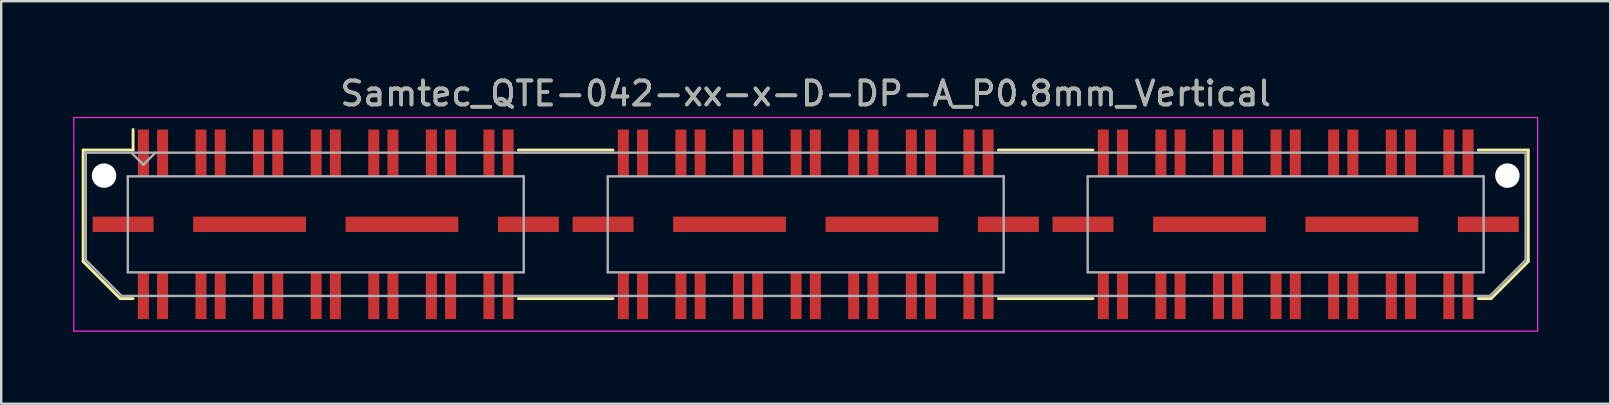
<source format=kicad_pcb>
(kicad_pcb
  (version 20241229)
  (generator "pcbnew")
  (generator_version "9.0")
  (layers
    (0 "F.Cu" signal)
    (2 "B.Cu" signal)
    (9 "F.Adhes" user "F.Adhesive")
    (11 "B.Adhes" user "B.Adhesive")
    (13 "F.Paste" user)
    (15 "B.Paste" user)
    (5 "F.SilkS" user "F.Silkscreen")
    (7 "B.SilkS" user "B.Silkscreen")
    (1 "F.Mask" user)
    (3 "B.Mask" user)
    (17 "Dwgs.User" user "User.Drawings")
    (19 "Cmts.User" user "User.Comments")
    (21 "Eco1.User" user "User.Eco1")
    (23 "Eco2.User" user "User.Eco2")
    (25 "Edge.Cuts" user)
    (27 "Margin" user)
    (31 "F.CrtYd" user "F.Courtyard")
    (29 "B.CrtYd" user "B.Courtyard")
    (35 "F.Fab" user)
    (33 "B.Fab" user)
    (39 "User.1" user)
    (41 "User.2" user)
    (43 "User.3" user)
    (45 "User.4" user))
  (footprint "Samtec_QTE-042-xx-x-D-DP-A_P0.8mm_Vertical"
    (layer "F.Cu")
    (at 30.525 6.298)
    (property "Reference" "Samtec_QTE-042-xx-x-D-DP-A_P0.8mm_Vertical" (at 0 -5.45 0) (layer "F.SilkS") (effects (font (size 1 1) (thickness 0.15))))
    (attr smd)
    (fp_line (start -30.11 -3.095) (end -30.11 1.548) (stroke (width 0.12) (type solid)) (layer "F.SilkS"))
    (fp_line (start -30.11 1.548) (end -28.562 3.095) (stroke (width 0.12) (type solid)) (layer "F.SilkS"))
    (fp_line (start -28.562 3.095) (end -28.03 3.095) (stroke (width 0.12) (type solid)) (layer "F.SilkS"))
    (fp_line (start -28.03 -3.95) (end -28.03 -3.095) (stroke (width 0.12) (type solid)) (layer "F.SilkS"))
    (fp_line (start -28.03 -3.095) (end -30.11 -3.095) (stroke (width 0.12) (type solid)) (layer "F.SilkS"))
    (fp_line (start -11.97 -3.095) (end -8.03 -3.095) (stroke (width 0.12) (type solid)) (layer "F.SilkS"))
    (fp_line (start -11.97 3.095) (end -8.03 3.095) (stroke (width 0.12) (type solid)) (layer "F.SilkS"))
    (fp_line (start 8.03 -3.095) (end 11.97 -3.095) (stroke (width 0.12) (type solid)) (layer "F.SilkS"))
    (fp_line (start 8.03 3.095) (end 11.97 3.095) (stroke (width 0.12) (type solid)) (layer "F.SilkS"))
    (fp_line (start 28.03 -3.095) (end 30.11 -3.095) (stroke (width 0.12) (type solid)) (layer "F.SilkS"))
    (fp_line (start 28.562 3.095) (end 28.03 3.095) (stroke (width 0.12) (type solid)) (layer "F.SilkS"))
    (fp_line (start 30.11 -3.095) (end 30.11 1.548) (stroke (width 0.12) (type solid)) (layer "F.SilkS"))
    (fp_line (start 30.11 1.548) (end 28.562 3.095) (stroke (width 0.12) (type solid)) (layer "F.SilkS"))
    (fp_line (start -30.5 -4.45) (end -30.5 4.45) (stroke (width 0.05) (type solid)) (layer "F.CrtYd"))
    (fp_line (start -30.5 4.45) (end 30.5 4.45) (stroke (width 0.05) (type solid)) (layer "F.CrtYd"))
    (fp_line (start 30.5 -4.45) (end -30.5 -4.45) (stroke (width 0.05) (type solid)) (layer "F.CrtYd"))
    (fp_line (start 30.5 4.45) (end 30.5 -4.45) (stroke (width 0.05) (type solid)) (layer "F.CrtYd"))
    (fp_line (start -30 -2.985) (end -30 1.492) (stroke (width 0.1) (type solid)) (layer "F.Fab"))
    (fp_line (start -30 -2.985) (end 30 -2.985) (stroke (width 0.1) (type solid)) (layer "F.Fab"))
    (fp_line (start -30 1.492) (end -28.508 2.985) (stroke (width 0.1) (type solid)) (layer "F.Fab"))
    (fp_line (start -28.508 2.985) (end 28.508 2.985) (stroke (width 0.1) (type solid)) (layer "F.Fab"))
    (fp_line (start -28.25 -2) (end -28.25 2) (stroke (width 0.1) (type solid)) (layer "F.Fab"))
    (fp_line (start -28.25 2) (end -11.75 2) (stroke (width 0.1) (type solid)) (layer "F.Fab"))
    (fp_line (start -27.6 -2.485) (end -28.1 -2.985) (stroke (width 0.1) (type solid)) (layer "F.Fab"))
    (fp_line (start -27.1 -2.985) (end -27.6 -2.485) (stroke (width 0.1) (type solid)) (layer "F.Fab"))
    (fp_line (start -11.75 -2) (end -28.25 -2) (stroke (width 0.1) (type solid)) (layer "F.Fab"))
    (fp_line (start -11.75 2) (end -11.75 -2) (stroke (width 0.1) (type solid)) (layer "F.Fab"))
    (fp_line (start -8.25 -2) (end -8.25 2) (stroke (width 0.1) (type solid)) (layer "F.Fab"))
    (fp_line (start -8.25 2) (end 8.25 2) (stroke (width 0.1) (type solid)) (layer "F.Fab"))
    (fp_line (start 8.25 -2) (end -8.25 -2) (stroke (width 0.1) (type solid)) (layer "F.Fab"))
    (fp_line (start 8.25 2) (end 8.25 -2) (stroke (width 0.1) (type solid)) (layer "F.Fab"))
    (fp_line (start 11.75 -2) (end 11.75 2) (stroke (width 0.1) (type solid)) (layer "F.Fab"))
    (fp_line (start 11.75 2) (end 28.25 2) (stroke (width 0.1) (type solid)) (layer "F.Fab"))
    (fp_line (start 28.25 -2) (end 11.75 -2) (stroke (width 0.1) (type solid)) (layer "F.Fab"))
    (fp_line (start 28.25 2) (end 28.25 -2) (stroke (width 0.1) (type solid)) (layer "F.Fab"))
    (fp_line (start 30 -2.985) (end 30 1.492) (stroke (width 0.1) (type solid)) (layer "F.Fab"))
    (fp_line (start 30 1.492) (end 28.508 2.985) (stroke (width 0.1) (type solid)) (layer "F.Fab"))
    (fp_text user "${REFERENCE}" (at 0 -5.45 0) (layer "F.Fab") (effects (font (size 1 1) (thickness 0.15))))
    (pad "" np_thru_hole circle (at -29.24 -2.03) (size 1.02 1.02) (drill 1.02) (layers "*.Cu" "*.Mask"))
    (pad "" np_thru_hole circle (at 29.24 -2.03) (size 1.02 1.02) (drill 1.02) (layers "*.Cu" "*.Mask"))
    (pad "1" smd rect (at -27.6 -2.98) (size 0.46 1.94) (layers "F.Cu" "F.Mask" "F.Paste"))
    (pad "2" smd rect (at -27.6 2.98) (size 0.46 1.94) (layers "F.Cu" "F.Mask" "F.Paste"))
    (pad "3" smd rect (at -26.8 -2.98) (size 0.46 1.94) (layers "F.Cu" "F.Mask" "F.Paste"))
    (pad "4" smd rect (at -26.8 2.98) (size 0.46 1.94) (layers "F.Cu" "F.Mask" "F.Paste"))
    (pad "5" smd rect (at -25.2 -2.98) (size 0.46 1.94) (layers "F.Cu" "F.Mask" "F.Paste"))
    (pad "6" smd rect (at -25.2 2.98) (size 0.46 1.94) (layers "F.Cu" "F.Mask" "F.Paste"))
    (pad "7" smd rect (at -24.4 -2.98) (size 0.46 1.94) (layers "F.Cu" "F.Mask" "F.Paste"))
    (pad "8" smd rect (at -24.4 2.98) (size 0.46 1.94) (layers "F.Cu" "F.Mask" "F.Paste"))
    (pad "9" smd rect (at -22.8 -2.98) (size 0.46 1.94) (layers "F.Cu" "F.Mask" "F.Paste"))
    (pad "10" smd rect (at -22.8 2.98) (size 0.46 1.94) (layers "F.Cu" "F.Mask" "F.Paste"))
    (pad "11" smd rect (at -22 -2.98) (size 0.46 1.94) (layers "F.Cu" "F.Mask" "F.Paste"))
    (pad "12" smd rect (at -22 2.98) (size 0.46 1.94) (layers "F.Cu" "F.Mask" "F.Paste"))
    (pad "13" smd rect (at -20.4 -2.98) (size 0.46 1.94) (layers "F.Cu" "F.Mask" "F.Paste"))
    (pad "14" smd rect (at -20.4 2.98) (size 0.46 1.94) (layers "F.Cu" "F.Mask" "F.Paste"))
    (pad "15" smd rect (at -19.6 -2.98) (size 0.46 1.94) (layers "F.Cu" "F.Mask" "F.Paste"))
    (pad "16" smd rect (at -19.6 2.98) (size 0.46 1.94) (layers "F.Cu" "F.Mask" "F.Paste"))
    (pad "17" smd rect (at -18 -2.98) (size 0.46 1.94) (layers "F.Cu" "F.Mask" "F.Paste"))
    (pad "18" smd rect (at -18 2.98) (size 0.46 1.94) (layers "F.Cu" "F.Mask" "F.Paste"))
    (pad "19" smd rect (at -17.2 -2.98) (size 0.46 1.94) (layers "F.Cu" "F.Mask" "F.Paste"))
    (pad "20" smd rect (at -17.2 2.98) (size 0.46 1.94) (layers "F.Cu" "F.Mask" "F.Paste"))
    (pad "21" smd rect (at -15.6 -2.98) (size 0.46 1.94) (layers "F.Cu" "F.Mask" "F.Paste"))
    (pad "22" smd rect (at -15.6 2.98) (size 0.46 1.94) (layers "F.Cu" "F.Mask" "F.Paste"))
    (pad "23" smd rect (at -14.8 -2.98) (size 0.46 1.94) (layers "F.Cu" "F.Mask" "F.Paste"))
    (pad "24" smd rect (at -14.8 2.98) (size 0.46 1.94) (layers "F.Cu" "F.Mask" "F.Paste"))
    (pad "25" smd rect (at -13.2 -2.98) (size 0.46 1.94) (layers "F.Cu" "F.Mask" "F.Paste"))
    (pad "26" smd rect (at -13.2 2.98) (size 0.46 1.94) (layers "F.Cu" "F.Mask" "F.Paste"))
    (pad "27" smd rect (at -12.4 -2.98) (size 0.46 1.94) (layers "F.Cu" "F.Mask" "F.Paste"))
    (pad "28" smd rect (at -12.4 2.98) (size 0.46 1.94) (layers "F.Cu" "F.Mask" "F.Paste"))
    (pad "29" smd rect (at -7.6 -2.98) (size 0.46 1.94) (layers "F.Cu" "F.Mask" "F.Paste"))
    (pad "30" smd rect (at -7.6 2.98) (size 0.46 1.94) (layers "F.Cu" "F.Mask" "F.Paste"))
    (pad "31" smd rect (at -6.8 -2.98) (size 0.46 1.94) (layers "F.Cu" "F.Mask" "F.Paste"))
    (pad "32" smd rect (at -6.8 2.98) (size 0.46 1.94) (layers "F.Cu" "F.Mask" "F.Paste"))
    (pad "33" smd rect (at -5.2 -2.98) (size 0.46 1.94) (layers "F.Cu" "F.Mask" "F.Paste"))
    (pad "34" smd rect (at -5.2 2.98) (size 0.46 1.94) (layers "F.Cu" "F.Mask" "F.Paste"))
    (pad "35" smd rect (at -4.4 -2.98) (size 0.46 1.94) (layers "F.Cu" "F.Mask" "F.Paste"))
    (pad "36" smd rect (at -4.4 2.98) (size 0.46 1.94) (layers "F.Cu" "F.Mask" "F.Paste"))
    (pad "37" smd rect (at -2.8 -2.98) (size 0.46 1.94) (layers "F.Cu" "F.Mask" "F.Paste"))
    (pad "38" smd rect (at -2.8 2.98) (size 0.46 1.94) (layers "F.Cu" "F.Mask" "F.Paste"))
    (pad "39" smd rect (at -2 -2.98) (size 0.46 1.94) (layers "F.Cu" "F.Mask" "F.Paste"))
    (pad "40" smd rect (at -2 2.98) (size 0.46 1.94) (layers "F.Cu" "F.Mask" "F.Paste"))
    (pad "41" smd rect (at -0.4 -2.98) (size 0.46 1.94) (layers "F.Cu" "F.Mask" "F.Paste"))
    (pad "42" smd rect (at -0.4 2.98) (size 0.46 1.94) (layers "F.Cu" "F.Mask" "F.Paste"))
    (pad "43" smd rect (at 0.4 -2.98) (size 0.46 1.94) (layers "F.Cu" "F.Mask" "F.Paste"))
    (pad "44" smd rect (at 0.4 2.98) (size 0.46 1.94) (layers "F.Cu" "F.Mask" "F.Paste"))
    (pad "45" smd rect (at 2 -2.98) (size 0.46 1.94) (layers "F.Cu" "F.Mask" "F.Paste"))
    (pad "46" smd rect (at 2 2.98) (size 0.46 1.94) (layers "F.Cu" "F.Mask" "F.Paste"))
    (pad "47" smd rect (at 2.8 -2.98) (size 0.46 1.94) (layers "F.Cu" "F.Mask" "F.Paste"))
    (pad "48" smd rect (at 2.8 2.98) (size 0.46 1.94) (layers "F.Cu" "F.Mask" "F.Paste"))
    (pad "49" smd rect (at 4.4 -2.98) (size 0.46 1.94) (layers "F.Cu" "F.Mask" "F.Paste"))
    (pad "50" smd rect (at 4.4 2.98) (size 0.46 1.94) (layers "F.Cu" "F.Mask" "F.Paste"))
    (pad "51" smd rect (at 5.2 -2.98) (size 0.46 1.94) (layers "F.Cu" "F.Mask" "F.Paste"))
    (pad "52" smd rect (at 5.2 2.98) (size 0.46 1.94) (layers "F.Cu" "F.Mask" "F.Paste"))
    (pad "53" smd rect (at 6.8 -2.98) (size 0.46 1.94) (layers "F.Cu" "F.Mask" "F.Paste"))
    (pad "54" smd rect (at 6.8 2.98) (size 0.46 1.94) (layers "F.Cu" "F.Mask" "F.Paste"))
    (pad "55" smd rect (at 7.6 -2.98) (size 0.46 1.94) (layers "F.Cu" "F.Mask" "F.Paste"))
    (pad "56" smd rect (at 7.6 2.98) (size 0.46 1.94) (layers "F.Cu" "F.Mask" "F.Paste"))
    (pad "57" smd rect (at 12.4 -2.98) (size 0.46 1.94) (layers "F.Cu" "F.Mask" "F.Paste"))
    (pad "58" smd rect (at 12.4 2.98) (size 0.46 1.94) (layers "F.Cu" "F.Mask" "F.Paste"))
    (pad "59" smd rect (at 13.2 -2.98) (size 0.46 1.94) (layers "F.Cu" "F.Mask" "F.Paste"))
    (pad "60" smd rect (at 13.2 2.98) (size 0.46 1.94) (layers "F.Cu" "F.Mask" "F.Paste"))
    (pad "61" smd rect (at 14.8 -2.98) (size 0.46 1.94) (layers "F.Cu" "F.Mask" "F.Paste"))
    (pad "62" smd rect (at 14.8 2.98) (size 0.46 1.94) (layers "F.Cu" "F.Mask" "F.Paste"))
    (pad "63" smd rect (at 15.6 -2.98) (size 0.46 1.94) (layers "F.Cu" "F.Mask" "F.Paste"))
    (pad "64" smd rect (at 15.6 2.98) (size 0.46 1.94) (layers "F.Cu" "F.Mask" "F.Paste"))
    (pad "65" smd rect (at 17.2 -2.98) (size 0.46 1.94) (layers "F.Cu" "F.Mask" "F.Paste"))
    (pad "66" smd rect (at 17.2 2.98) (size 0.46 1.94) (layers "F.Cu" "F.Mask" "F.Paste"))
    (pad "67" smd rect (at 18 -2.98) (size 0.46 1.94) (layers "F.Cu" "F.Mask" "F.Paste"))
    (pad "68" smd rect (at 18 2.98) (size 0.46 1.94) (layers "F.Cu" "F.Mask" "F.Paste"))
    (pad "69" smd rect (at 19.6 -2.98) (size 0.46 1.94) (layers "F.Cu" "F.Mask" "F.Paste"))
    (pad "70" smd rect (at 19.6 2.98) (size 0.46 1.94) (layers "F.Cu" "F.Mask" "F.Paste"))
    (pad "71" smd rect (at 20.4 -2.98) (size 0.46 1.94) (layers "F.Cu" "F.Mask" "F.Paste"))
    (pad "72" smd rect (at 20.4 2.98) (size 0.46 1.94) (layers "F.Cu" "F.Mask" "F.Paste"))
    (pad "73" smd rect (at 22 -2.98) (size 0.46 1.94) (layers "F.Cu" "F.Mask" "F.Paste"))
    (pad "74" smd rect (at 22 2.98) (size 0.46 1.94) (layers "F.Cu" "F.Mask" "F.Paste"))
    (pad "75" smd rect (at 22.8 -2.98) (size 0.46 1.94) (layers "F.Cu" "F.Mask" "F.Paste"))
    (pad "76" smd rect (at 22.8 2.98) (size 0.46 1.94) (layers "F.Cu" "F.Mask" "F.Paste"))
    (pad "77" smd rect (at 24.4 -2.98) (size 0.46 1.94) (layers "F.Cu" "F.Mask" "F.Paste"))
    (pad "78" smd rect (at 24.4 2.98) (size 0.46 1.94) (layers "F.Cu" "F.Mask" "F.Paste"))
    (pad "79" smd rect (at 25.2 -2.98) (size 0.46 1.94) (layers "F.Cu" "F.Mask" "F.Paste"))
    (pad "80" smd rect (at 25.2 2.98) (size 0.46 1.94) (layers "F.Cu" "F.Mask" "F.Paste"))
    (pad "81" smd rect (at 26.8 -2.98) (size 0.46 1.94) (layers "F.Cu" "F.Mask" "F.Paste"))
    (pad "82" smd rect (at 26.8 2.98) (size 0.46 1.94) (layers "F.Cu" "F.Mask" "F.Paste"))
    (pad "83" smd rect (at 27.6 -2.98) (size 0.46 1.94) (layers "F.Cu" "F.Mask" "F.Paste"))
    (pad "84" smd rect (at 27.6 2.98) (size 0.46 1.94) (layers "F.Cu" "F.Mask" "F.Paste"))
    (pad "P1" smd rect (at -28.445 0) (size 2.54 0.64) (layers "F.Cu" "F.Mask" "F.Paste"))
    (pad "P1" smd rect (at -23.175 0) (size 4.7 0.64) (layers "F.Cu" "F.Mask" "F.Paste"))
    (pad "P1" smd rect (at -16.825 0) (size 4.7 0.64) (layers "F.Cu" "F.Mask" "F.Paste"))
    (pad "P1" smd rect (at -11.555 0) (size 2.54 0.64) (layers "F.Cu" "F.Mask" "F.Paste"))
    (pad "P2" smd rect (at -8.445 0) (size 2.54 0.64) (layers "F.Cu" "F.Mask" "F.Paste"))
    (pad "P2" smd rect (at -3.175 0) (size 4.7 0.64) (layers "F.Cu" "F.Mask" "F.Paste"))
    (pad "P2" smd rect (at 3.175 0) (size 4.7 0.64) (layers "F.Cu" "F.Mask" "F.Paste"))
    (pad "P2" smd rect (at 8.445 0) (size 2.54 0.64) (layers "F.Cu" "F.Mask" "F.Paste"))
    (pad "P3" smd rect (at 11.555 0) (size 2.54 0.64) (layers "F.Cu" "F.Mask" "F.Paste"))
    (pad "P3" smd rect (at 16.825 0) (size 4.7 0.64) (layers "F.Cu" "F.Mask" "F.Paste"))
    (pad "P3" smd rect (at 23.175 0) (size 4.7 0.64) (layers "F.Cu" "F.Mask" "F.Paste"))
    (pad "P3" smd rect (at 28.445 0) (size 2.54 0.64) (layers "F.Cu" "F.Mask" "F.Paste")))
  (gr_rect
    (start -3 -3)
    (end 64.05 13.773)
    (stroke (width 0.1) (type default))
    (fill no)
    (layer "Edge.Cuts")))
</source>
